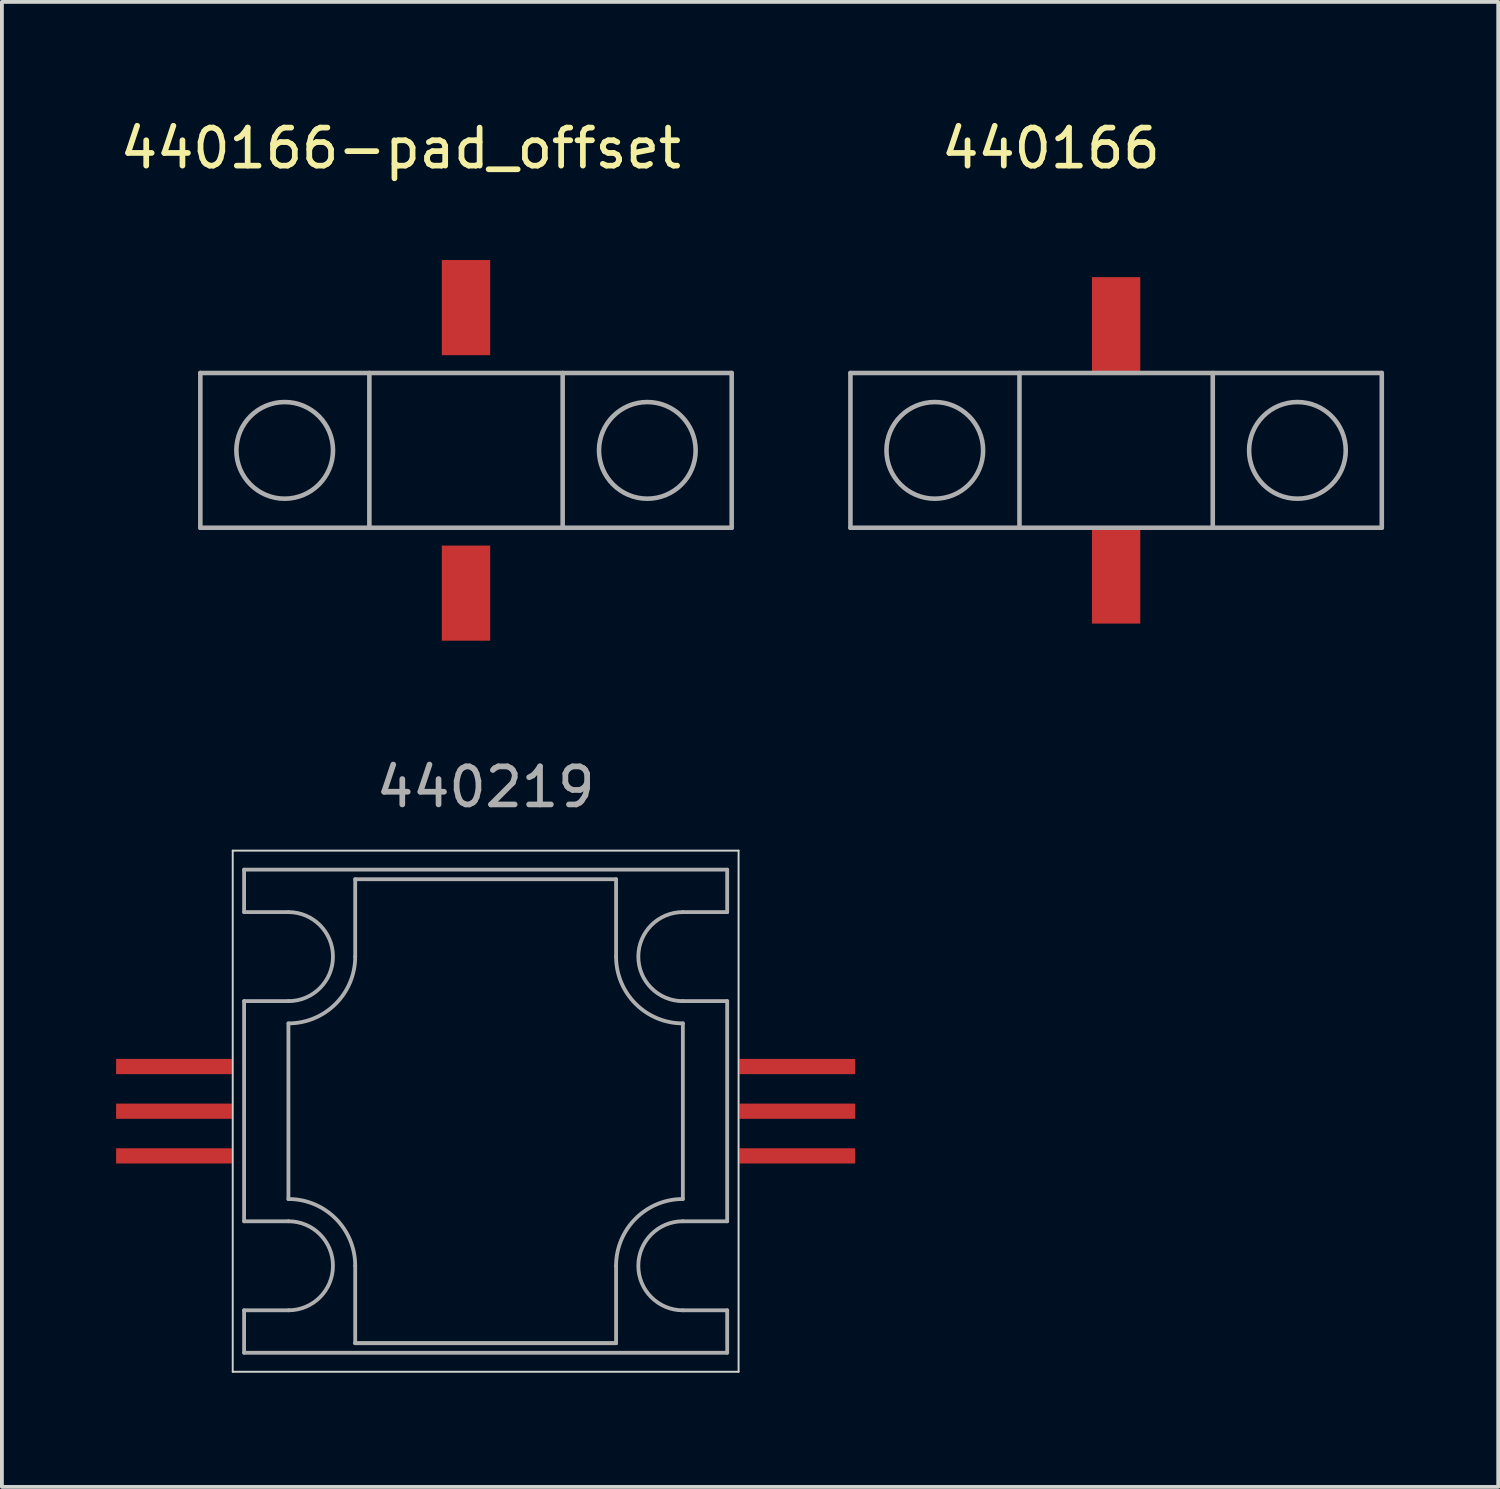
<source format=kicad_pcb>
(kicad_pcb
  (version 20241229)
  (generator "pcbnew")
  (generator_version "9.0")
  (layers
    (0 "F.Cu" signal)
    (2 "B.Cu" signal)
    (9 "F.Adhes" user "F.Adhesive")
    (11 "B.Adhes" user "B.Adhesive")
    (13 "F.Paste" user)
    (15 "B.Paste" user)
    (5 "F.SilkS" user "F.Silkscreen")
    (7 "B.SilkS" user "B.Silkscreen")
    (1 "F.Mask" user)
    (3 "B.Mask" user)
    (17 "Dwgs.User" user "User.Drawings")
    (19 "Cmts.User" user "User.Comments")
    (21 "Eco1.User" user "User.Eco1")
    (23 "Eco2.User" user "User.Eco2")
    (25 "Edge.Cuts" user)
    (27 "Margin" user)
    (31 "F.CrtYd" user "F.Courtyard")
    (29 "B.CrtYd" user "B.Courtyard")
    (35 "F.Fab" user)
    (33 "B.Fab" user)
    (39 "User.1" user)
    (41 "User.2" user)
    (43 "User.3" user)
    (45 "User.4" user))
  (footprint "440166"
    (layer "F.Cu")
    (at 26.282 8.786)
    (property "Reference" "440166" (at -1.714 -7.938 0) (layer "F.SilkS") (effects (font (size 1 1) (thickness 0.15))))
    (attr through_hole)
    (fp_line (start -6.982 -2.033) (end 6.982 -2.033) (stroke (width 0.12) (type solid)) (layer "F.Fab"))
    (fp_line (start -6.982 2.033) (end -6.982 -2.033) (stroke (width 0.12) (type solid)) (layer "F.Fab"))
    (fp_line (start -6.982 2.033) (end 6.982 2.033) (stroke (width 0.12) (type solid)) (layer "F.Fab"))
    (fp_line (start -2.54 2.033) (end -2.54 -2.033) (stroke (width 0.12) (type solid)) (layer "F.Fab"))
    (fp_line (start 2.54 2.033) (end 2.54 -2.033) (stroke (width 0.12) (type solid)) (layer "F.Fab"))
    (fp_line (start 6.982 2.033) (end 6.982 -2.033) (stroke (width 0.12) (type solid)) (layer "F.Fab"))
    (fp_circle (center -4.765 0) (end -3.495 0) (stroke (width 0.12) (type solid)) (fill no) (layer "F.Fab"))
    (fp_circle (center 4.765 0) (end 6.035 0) (stroke (width 0.12) (type solid)) (fill no) (layer "F.Fab"))
    (pad "1" smd rect (at 0 -3.302) (size 1.27 2.5) (layers "F.Cu" "F.Mask" "F.Paste"))
    (pad "2" smd rect (at 0 3.302) (size 1.27 2.5) (layers "F.Cu" "F.Mask" "F.Paste")))
  (footprint "440219"
    (layer "F.Cu")
    (at 9.713 26.153)
    (property "Reference" "440219" (at 0 -8.517 0) (layer "F.Fab") (effects (font (size 1 1) (thickness 0.15))))
    (attr smd)
    (fp_line (start -6.647 -6.848) (end 6.647 -6.848) (stroke (width 0.05) (type solid)) (layer "Edge.Cuts"))
    (fp_line (start -6.647 6.848) (end -6.647 -6.848) (stroke (width 0.05) (type solid)) (layer "Edge.Cuts"))
    (fp_line (start -6.647 6.848) (end 6.647 6.848) (stroke (width 0.05) (type solid)) (layer "Edge.Cuts"))
    (fp_line (start 6.647 -6.848) (end 6.647 6.848) (stroke (width 0.05) (type solid)) (layer "Edge.Cuts"))
    (fp_line (start -6.348 -6.348) (end -6.348 -5.232) (stroke (width 0.1) (type solid)) (layer "F.Fab"))
    (fp_line (start -6.348 -6.348) (end 6.348 -6.348) (stroke (width 0.1) (type solid)) (layer "F.Fab"))
    (fp_line (start -6.348 -2.893) (end -6.348 2.893) (stroke (width 0.1) (type solid)) (layer "F.Fab"))
    (fp_line (start -6.348 6.348) (end -6.348 5.232) (stroke (width 0.1) (type solid)) (layer "F.Fab"))
    (fp_line (start -6.348 6.348) (end 6.348 6.348) (stroke (width 0.1) (type solid)) (layer "F.Fab"))
    (fp_line (start -5.183 -5.232) (end -6.348 -5.232) (stroke (width 0.1) (type solid)) (layer "F.Fab"))
    (fp_line (start -5.183 -2.893) (end -6.348 -2.893) (stroke (width 0.1) (type solid)) (layer "F.Fab"))
    (fp_line (start -5.183 -2.308) (end -5.183 2.308) (stroke (width 0.1) (type solid)) (layer "F.Fab"))
    (fp_line (start -5.183 2.893) (end -6.348 2.893) (stroke (width 0.1) (type solid)) (layer "F.Fab"))
    (fp_line (start -5.183 5.232) (end -6.348 5.232) (stroke (width 0.1) (type solid)) (layer "F.Fab"))
    (fp_line (start -3.428 -6.096) (end 3.428 -6.096) (stroke (width 0.1) (type solid)) (layer "F.Fab"))
    (fp_line (start -3.428 -4.062) (end -3.428 -6.096) (stroke (width 0.1) (type solid)) (layer "F.Fab"))
    (fp_line (start -3.428 4.062) (end -3.428 6.096) (stroke (width 0.1) (type solid)) (layer "F.Fab"))
    (fp_line (start -3.428 6.096) (end 3.428 6.096) (stroke (width 0.1) (type solid)) (layer "F.Fab"))
    (fp_line (start -3.428 6.096) (end 3.428 6.096) (stroke (width 0.1) (type solid)) (layer "F.Fab"))
    (fp_line (start 3.428 -4.062) (end 3.428 -6.096) (stroke (width 0.1) (type solid)) (layer "F.Fab"))
    (fp_line (start 3.428 6.096) (end 3.428 4.062) (stroke (width 0.1) (type solid)) (layer "F.Fab"))
    (fp_line (start 5.183 -5.232) (end 6.348 -5.232) (stroke (width 0.1) (type solid)) (layer "F.Fab"))
    (fp_line (start 5.183 -2.893) (end 6.348 -2.893) (stroke (width 0.1) (type solid)) (layer "F.Fab"))
    (fp_line (start 5.183 -2.308) (end 5.183 2.308) (stroke (width 0.1) (type solid)) (layer "F.Fab"))
    (fp_line (start 5.183 2.893) (end 6.348 2.893) (stroke (width 0.1) (type solid)) (layer "F.Fab"))
    (fp_line (start 5.183 5.232) (end 6.348 5.232) (stroke (width 0.1) (type solid)) (layer "F.Fab"))
    (fp_line (start 6.348 -6.348) (end 6.348 -5.232) (stroke (width 0.1) (type solid)) (layer "F.Fab"))
    (fp_line (start 6.348 -2.893) (end 6.348 2.893) (stroke (width 0.1) (type solid)) (layer "F.Fab"))
    (fp_line (start 6.348 6.348) (end 6.348 5.232) (stroke (width 0.1) (type solid)) (layer "F.Fab"))
    (fp_arc (start -5.1825 -5.2325) (mid -4.0125 -4.0625) (end -5.1825 -2.8925) (stroke (width 0.1) (type solid)) (layer "F.Fab"))
    (fp_arc (start -5.1825 2.307905) (mid -3.941814 2.821814) (end -3.427905 4.0625) (stroke (width 0.1) (type solid)) (layer "F.Fab"))
    (fp_arc (start -5.1825 2.8925) (mid -4.0125 4.0625) (end -5.1825 5.2325) (stroke (width 0.1) (type solid)) (layer "F.Fab"))
    (fp_arc (start -3.427905 -4.0625) (mid -3.941814 -2.821814) (end -5.1825 -2.307905) (stroke (width 0.1) (type solid)) (layer "F.Fab"))
    (fp_arc (start 3.427905 4.0625) (mid 3.941814 2.821814) (end 5.1825 2.307905) (stroke (width 0.1) (type solid)) (layer "F.Fab"))
    (fp_arc (start 5.1825 -2.8925) (mid 4.0125 -4.0625) (end 5.1825 -5.2325) (stroke (width 0.1) (type solid)) (layer "F.Fab"))
    (fp_arc (start 5.1825 -2.307905) (mid 3.941814 -2.821814) (end 3.427905 -4.0625) (stroke (width 0.1) (type solid)) (layer "F.Fab"))
    (fp_arc (start 5.1825 5.2325) (mid 4.0125 4.0625) (end 5.1825 2.8925) (stroke (width 0.1) (type solid)) (layer "F.Fab"))
    (pad "1" smd rect (at -8.191 -1.174) (size 3.042 0.4) (layers "F.Cu" "F.Mask" "F.Paste"))
    (pad "2" smd rect (at -8.191 0) (size 3.042 0.4) (layers "F.Cu" "F.Mask" "F.Paste"))
    (pad "3" smd rect (at -8.191 1.174) (size 3.042 0.4) (layers "F.Cu" "F.Mask" "F.Paste"))
    (pad "4" smd rect (at 8.191 -1.174) (size 3.042 0.4) (layers "F.Cu" "F.Mask" "F.Paste"))
    (pad "5" smd rect (at 8.191 0) (size 3.042 0.4) (layers "F.Cu" "F.Mask" "F.Paste"))
    (pad "6" smd rect (at 8.191 1.174) (size 3.042 0.4) (layers "F.Cu" "F.Mask" "F.Paste")))
  (footprint "440166-pad_offset"
    (layer "F.Cu")
    (at 9.197 8.786)
    (property "Reference" "440166-pad_offset" (at -1.714 -7.938 0) (layer "F.SilkS") (effects (font (size 1 1) (thickness 0.15))))
    (attr through_hole)
    (fp_line (start -6.982 -2.033) (end 6.982 -2.033) (stroke (width 0.12) (type solid)) (layer "F.Fab"))
    (fp_line (start -6.982 2.033) (end -6.982 -2.033) (stroke (width 0.12) (type solid)) (layer "F.Fab"))
    (fp_line (start -6.982 2.033) (end 6.982 2.033) (stroke (width 0.12) (type solid)) (layer "F.Fab"))
    (fp_line (start -2.54 2.033) (end -2.54 -2.033) (stroke (width 0.12) (type solid)) (layer "F.Fab"))
    (fp_line (start 2.54 2.033) (end 2.54 -2.033) (stroke (width 0.12) (type solid)) (layer "F.Fab"))
    (fp_line (start 6.982 2.033) (end 6.982 -2.033) (stroke (width 0.12) (type solid)) (layer "F.Fab"))
    (fp_circle (center -4.765 0) (end -3.495 0) (stroke (width 0.12) (type solid)) (fill no) (layer "F.Fab"))
    (fp_circle (center 4.765 0) (end 6.035 0) (stroke (width 0.12) (type solid)) (fill no) (layer "F.Fab"))
    (pad "1" smd rect (at 0 -3.752) (size 1.27 2.5) (layers "F.Cu" "F.Mask" "F.Paste"))
    (pad "2" smd rect (at 0 3.752) (size 1.27 2.5) (layers "F.Cu" "F.Mask" "F.Paste")))
  (gr_rect
    (start -3 -3)
    (end 36.324 36.026)
    (stroke (width 0.1) (type default))
    (fill no)
    (layer "Edge.Cuts")))
</source>
